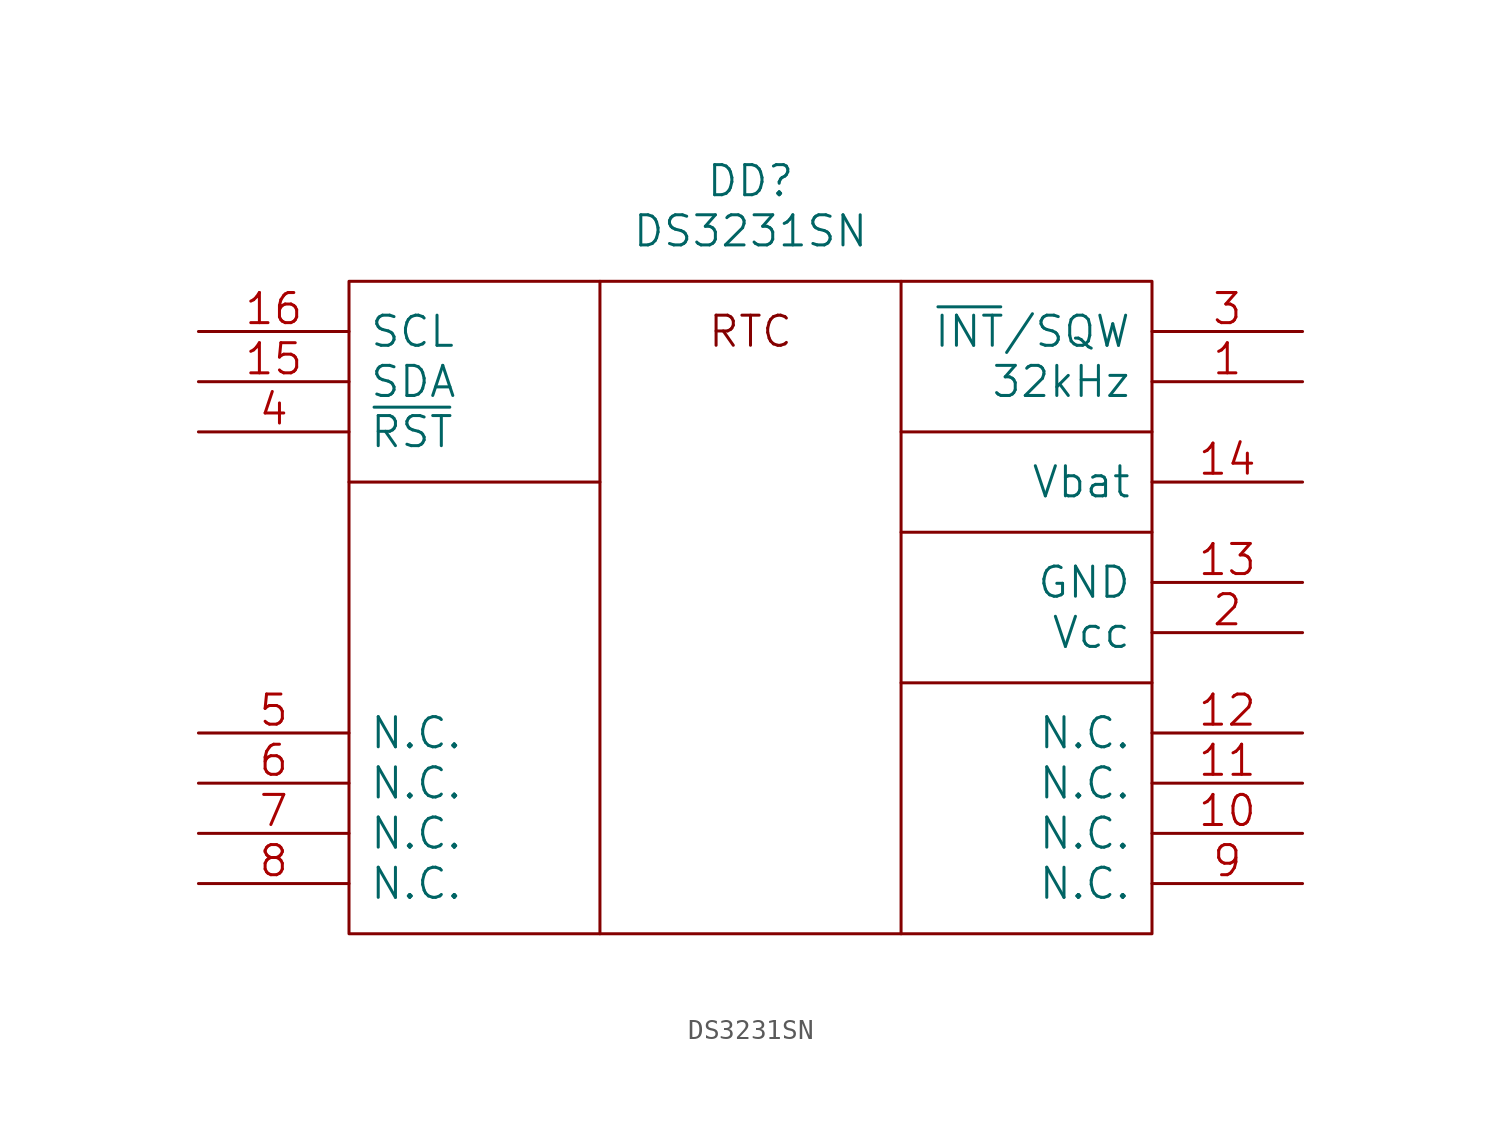
<source format=kicad_sym>
(kicad_symbol_lib
  (version 20241209)
  (generator "kicad_symbol_editor")
  (generator_version "9.0")
  (symbol "DS3231SN"
    (pin_names
      (offset 1.016))
    (property "Reference" "DD"
      (at 20.32 5.08 0)
      (effects (font (size 1.524 1.524))))
    (property "Value" "DS3231SN"
      (at 20.32 2.54 0)
      (effects (font (size 1.524 1.524))))
    (property "Footprint" ""
      (at 0 0 0)
      (effects (font (size 1.524 1.524))))
    (property "Datasheet" ""
      (at 0 0 0)
      (effects (font (size 1.524 1.524))))
    (symbol "DS3231SN_0_0"
      (polyline (pts (xy 0 -10.16) (xy 12.7 -10.16)) (stroke (width 0) (type default)) (fill (type none)))
      (polyline (pts (xy 40.64 -7.62) (xy 27.94 -7.62)) (stroke (width 0) (type default)) (fill (type none)))
      (polyline (pts (xy 40.64 -12.7) (xy 27.94 -12.7)) (stroke (width 0) (type default)) (fill (type none)))
      (polyline (pts (xy 40.64 -20.32) (xy 27.94 -20.32)) (stroke (width 0) (type default)) (fill (type none))))
    (symbol "DS3231SN_0_1"
      (rectangle (start 0 0) (end 40.64 -33.02) (stroke (width 0) (type default)) (fill (type none)))
      (polyline (pts (xy 12.7 -33.02) (xy 12.7 0)) (stroke (width 0) (type default)) (fill (type none)))
      (polyline (pts (xy 27.94 -33.02) (xy 27.94 0)) (stroke (width 0) (type default)) (fill (type none))))
    (symbol "DS3231SN_1_0"
      (pin input line (at -7.62 -2.54 0) (length 7.62) (name "SCL" (effects (font (size 1.524 1.524)))) (number "16" (effects (font (size 1.524 1.524)))))
      (pin bidirectional line (at -7.62 -5.08 0) (length 7.62) (name "SDA" (effects (font (size 1.524 1.524)))) (number "15" (effects (font (size 1.524 1.524)))))
      (pin input line (at -7.62 -7.62 0) (length 7.62) (name "~{RST}" (effects (font (size 1.524 1.524)))) (number "4" (effects (font (size 1.524 1.524)))))
      (pin passive line (at -7.62 -22.86 0) (length 7.62) (name "N.C." (effects (font (size 1.524 1.524)))) (number "5" (effects (font (size 1.524 1.524)))))
      (pin passive line (at -7.62 -25.4 0) (length 7.62) (name "N.C." (effects (font (size 1.524 1.524)))) (number "6" (effects (font (size 1.524 1.524)))))
      (pin passive line (at -7.62 -27.94 0) (length 7.62) (name "N.C." (effects (font (size 1.524 1.524)))) (number "7" (effects (font (size 1.524 1.524)))))
      (pin passive line (at -7.62 -30.48 0) (length 7.62) (name "N.C." (effects (font (size 1.524 1.524)))) (number "8" (effects (font (size 1.524 1.524)))))
      (pin output line (at 48.26 -2.54 180) (length 7.62) (name "~{INT}/SQW" (effects (font (size 1.524 1.524)))) (number "3" (effects (font (size 1.524 1.524)))))
      (pin output line (at 48.26 -5.08 180) (length 7.62) (name "32kHz" (effects (font (size 1.524 1.524)))) (number "1" (effects (font (size 1.524 1.524)))))
      (pin power_in line (at 48.26 -10.16 180) (length 7.62) (name "Vbat" (effects (font (size 1.524 1.524)))) (number "14" (effects (font (size 1.524 1.524)))))
      (pin power_out line (at 48.26 -15.24 180) (length 7.62) (name "GND" (effects (font (size 1.524 1.524)))) (number "13" (effects (font (size 1.524 1.524)))))
      (pin power_in line (at 48.26 -17.78 180) (length 7.62) (name "Vcc" (effects (font (size 1.524 1.524)))) (number "2" (effects (font (size 1.524 1.524)))))
      (pin passive line (at 48.26 -22.86 180) (length 7.62) (name "N.C." (effects (font (size 1.524 1.524)))) (number "12" (effects (font (size 1.524 1.524)))))
      (pin passive line (at 48.26 -25.4 180) (length 7.62) (name "N.C." (effects (font (size 1.524 1.524)))) (number "11" (effects (font (size 1.524 1.524)))))
      (pin passive line (at 48.26 -27.94 180) (length 7.62) (name "N.C." (effects (font (size 1.524 1.524)))) (number "10" (effects (font (size 1.524 1.524)))))
      (pin passive line (at 48.26 -30.48 180) (length 7.62) (name "N.C." (effects (font (size 1.524 1.524)))) (number "9" (effects (font (size 1.524 1.524))))))
    (symbol "DS3231SN_1_1"
      (text "RTC" (at 20.32 -2.54 0) (effects (font (size 1.524 1.524)))))))
</source>
